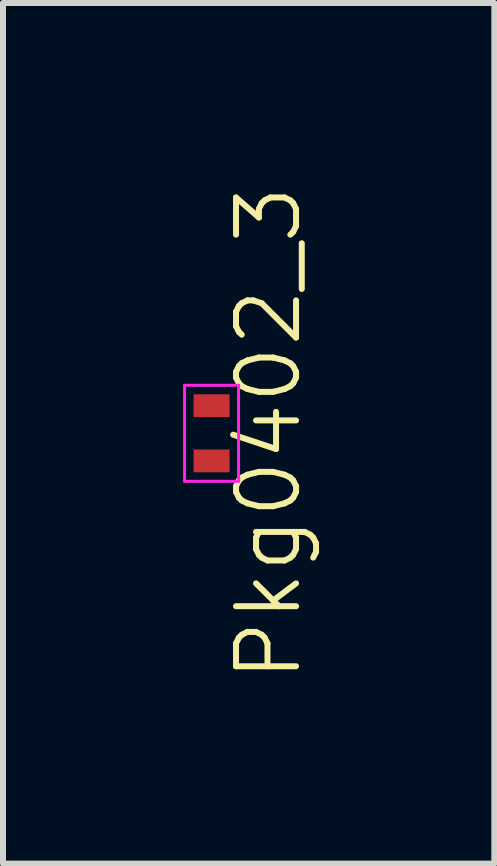
<source format=kicad_pcb>
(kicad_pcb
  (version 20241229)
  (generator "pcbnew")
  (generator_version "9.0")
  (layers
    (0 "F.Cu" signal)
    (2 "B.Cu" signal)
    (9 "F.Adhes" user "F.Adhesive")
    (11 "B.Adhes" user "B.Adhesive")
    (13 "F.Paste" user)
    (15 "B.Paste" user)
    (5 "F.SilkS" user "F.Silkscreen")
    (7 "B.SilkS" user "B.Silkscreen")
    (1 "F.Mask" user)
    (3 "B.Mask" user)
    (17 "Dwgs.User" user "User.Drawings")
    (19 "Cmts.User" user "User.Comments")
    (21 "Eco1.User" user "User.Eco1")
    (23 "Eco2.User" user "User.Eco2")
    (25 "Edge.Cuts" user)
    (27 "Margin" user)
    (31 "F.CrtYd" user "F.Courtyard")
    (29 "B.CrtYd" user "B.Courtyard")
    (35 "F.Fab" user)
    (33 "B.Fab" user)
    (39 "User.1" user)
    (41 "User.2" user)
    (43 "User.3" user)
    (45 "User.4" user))
  (footprint "Pkg0402_3"
    (layer "F.Cu")
    (at 0.475 4.169)
    (property "Reference" "Pkg0402_3" (at 0.95 0 90) (layer "F.SilkS") (effects (font (size 1 1) (thickness 0.1))))
    (fp_line (start -0.45 -0.8) (end -0.45 0.8) (stroke (width 0.05) (type solid)) (layer "F.CrtYd"))
    (fp_line (start -0.45 0.8) (end 0.45 0.8) (stroke (width 0.05) (type solid)) (layer "F.CrtYd"))
    (fp_line (start 0.45 -0.8) (end -0.45 -0.8) (stroke (width 0.05) (type solid)) (layer "F.CrtYd"))
    (fp_line (start 0.45 0.8) (end 0.45 -0.8) (stroke (width 0.05) (type solid)) (layer "F.CrtYd"))
    (pad "1" smd rect (at 0 -0.46) (size 0.6 0.38) (layers "F.Cu" "F.Mask" "F.Paste"))
    (pad "2" smd rect (at 0 0.46) (size 0.6 0.38) (layers "F.Cu" "F.Mask" "F.Paste")))
  (gr_rect
    (start -3 -3)
    (end 5.186 11.338)
    (stroke (width 0.1) (type default))
    (fill no)
    (layer "Edge.Cuts")))
</source>
